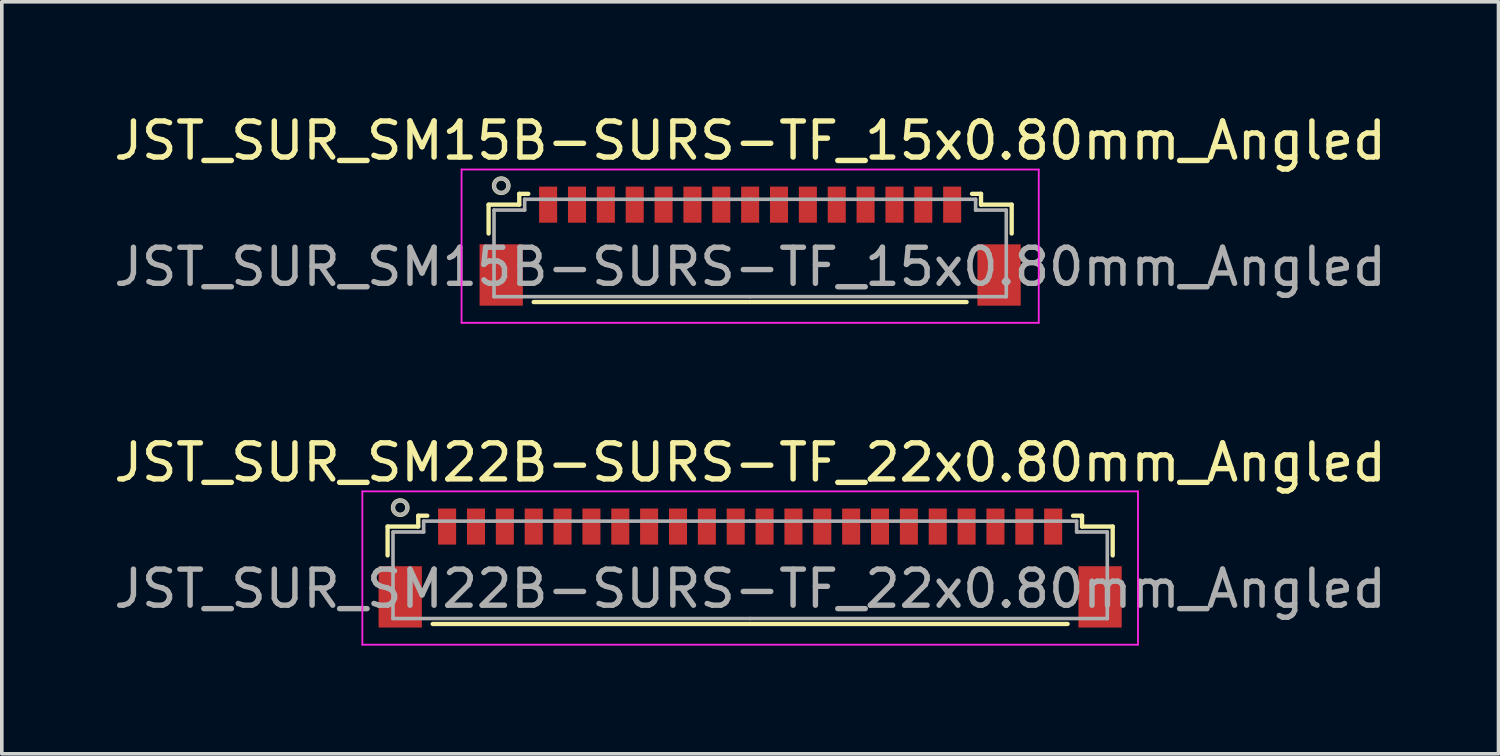
<source format=kicad_pcb>
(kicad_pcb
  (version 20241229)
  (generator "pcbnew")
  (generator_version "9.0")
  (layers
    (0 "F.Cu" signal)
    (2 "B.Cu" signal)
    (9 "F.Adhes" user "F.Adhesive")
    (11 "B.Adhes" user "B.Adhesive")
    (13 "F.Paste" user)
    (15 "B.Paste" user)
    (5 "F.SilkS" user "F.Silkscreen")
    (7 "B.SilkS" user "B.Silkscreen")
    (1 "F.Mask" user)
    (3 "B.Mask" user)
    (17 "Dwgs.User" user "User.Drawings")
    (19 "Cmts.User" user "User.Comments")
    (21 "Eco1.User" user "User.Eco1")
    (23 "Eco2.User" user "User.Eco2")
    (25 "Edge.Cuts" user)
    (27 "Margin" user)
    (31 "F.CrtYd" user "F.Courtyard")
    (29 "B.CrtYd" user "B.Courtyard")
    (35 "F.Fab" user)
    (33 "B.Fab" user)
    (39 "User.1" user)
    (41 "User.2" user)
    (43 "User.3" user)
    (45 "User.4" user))
  (footprint "JST_SUR_SM22B-SURS-TF_22x0.80mm_Angled"
    (layer "F.Cu")
    (at 17.744 12.521)
    (property "Reference" "JST_SUR_SM22B-SURS-TF_22x0.80mm_Angled" (at 0 -2.75 0) (layer "F.SilkS") (effects (font (size 1 1) (thickness 0.15))))
    (attr smd)
    (fp_line (start -10.05 -0.975) (end -10.05 -0.175) (stroke (width 0.12) (type solid)) (layer "F.SilkS"))
    (fp_line (start -9.2 -1.275) (end -9.2 -0.975) (stroke (width 0.12) (type solid)) (layer "F.SilkS"))
    (fp_line (start -9.2 -0.975) (end -10.05 -0.975) (stroke (width 0.12) (type solid)) (layer "F.SilkS"))
    (fp_line (start -8.95 -1.275) (end -9.2 -1.275) (stroke (width 0.12) (type solid)) (layer "F.SilkS"))
    (fp_line (start -8.8 1.725) (end 8.8 1.725) (stroke (width 0.12) (type solid)) (layer "F.SilkS"))
    (fp_line (start 8.95 -1.275) (end 9.2 -1.275) (stroke (width 0.12) (type solid)) (layer "F.SilkS"))
    (fp_line (start 9.2 -1.275) (end 9.2 -0.975) (stroke (width 0.12) (type solid)) (layer "F.SilkS"))
    (fp_line (start 9.2 -0.975) (end 10.05 -0.975) (stroke (width 0.12) (type solid)) (layer "F.SilkS"))
    (fp_line (start 10.05 -0.975) (end 10.05 -0.175) (stroke (width 0.12) (type solid)) (layer "F.SilkS"))
    (fp_circle (center -9.7 -1.5) (end -9.5 -1.5) (stroke (width 0.12) (type solid)) (fill no) (layer "F.SilkS"))
    (fp_line (start -10.75 -1.95) (end 10.75 -1.95) (stroke (width 0.05) (type solid)) (layer "F.CrtYd"))
    (fp_line (start -10.75 2.3) (end -10.75 -1.95) (stroke (width 0.05) (type solid)) (layer "F.CrtYd"))
    (fp_line (start 10.75 -1.95) (end 10.75 2.3) (stroke (width 0.05) (type solid)) (layer "F.CrtYd"))
    (fp_line (start 10.75 2.3) (end -10.75 2.3) (stroke (width 0.05) (type solid)) (layer "F.CrtYd"))
    (fp_line (start -9.9 -0.825) (end -9.9 1.575) (stroke (width 0.1) (type solid)) (layer "F.Fab"))
    (fp_line (start -9.9 1.575) (end 0 1.575) (stroke (width 0.1) (type solid)) (layer "F.Fab"))
    (fp_line (start -9.05 -1.125) (end -9.05 -0.825) (stroke (width 0.1) (type solid)) (layer "F.Fab"))
    (fp_line (start -9.05 -0.825) (end -9.9 -0.825) (stroke (width 0.1) (type solid)) (layer "F.Fab"))
    (fp_line (start 0 -1.125) (end -9.05 -1.125) (stroke (width 0.1) (type solid)) (layer "F.Fab"))
    (fp_line (start 0 -1.125) (end 9.05 -1.125) (stroke (width 0.1) (type solid)) (layer "F.Fab"))
    (fp_line (start 9.05 -1.125) (end 9.05 -0.825) (stroke (width 0.1) (type solid)) (layer "F.Fab"))
    (fp_line (start 9.05 -0.825) (end 9.9 -0.825) (stroke (width 0.1) (type solid)) (layer "F.Fab"))
    (fp_line (start 9.9 -0.825) (end 9.9 1.575) (stroke (width 0.1) (type solid)) (layer "F.Fab"))
    (fp_line (start 9.9 1.575) (end 0 1.575) (stroke (width 0.1) (type solid)) (layer "F.Fab"))
    (fp_circle (center -9.7 -1.5) (end -9.5 -1.5) (stroke (width 0.1) (type solid)) (fill no) (layer "F.Fab"))
    (fp_text user "${REFERENCE}" (at 0 0.75 0) (layer "F.Fab") (effects (font (size 1 1) (thickness 0.15))))
    (pad "" smd rect (at -9.7 0.975) (size 1.2 1.7) (layers "F.Cu" "F.Mask" "F.Paste"))
    (pad "" smd rect (at 9.7 0.975) (size 1.2 1.7) (layers "F.Cu" "F.Mask" "F.Paste"))
    (pad "1" smd rect (at -8.4 -0.975) (size 0.5 1) (layers "F.Cu" "F.Mask" "F.Paste"))
    (pad "2" smd rect (at -7.6 -0.975) (size 0.5 1) (layers "F.Cu" "F.Mask" "F.Paste"))
    (pad "3" smd rect (at -6.8 -0.975) (size 0.5 1) (layers "F.Cu" "F.Mask" "F.Paste"))
    (pad "4" smd rect (at -6 -0.975) (size 0.5 1) (layers "F.Cu" "F.Mask" "F.Paste"))
    (pad "5" smd rect (at -5.2 -0.975) (size 0.5 1) (layers "F.Cu" "F.Mask" "F.Paste"))
    (pad "6" smd rect (at -4.4 -0.975) (size 0.5 1) (layers "F.Cu" "F.Mask" "F.Paste"))
    (pad "7" smd rect (at -3.6 -0.975) (size 0.5 1) (layers "F.Cu" "F.Mask" "F.Paste"))
    (pad "8" smd rect (at -2.8 -0.975) (size 0.5 1) (layers "F.Cu" "F.Mask" "F.Paste"))
    (pad "9" smd rect (at -2 -0.975) (size 0.5 1) (layers "F.Cu" "F.Mask" "F.Paste"))
    (pad "10" smd rect (at -1.2 -0.975) (size 0.5 1) (layers "F.Cu" "F.Mask" "F.Paste"))
    (pad "11" smd rect (at -0.4 -0.975) (size 0.5 1) (layers "F.Cu" "F.Mask" "F.Paste"))
    (pad "12" smd rect (at 0.4 -0.975) (size 0.5 1) (layers "F.Cu" "F.Mask" "F.Paste"))
    (pad "13" smd rect (at 1.2 -0.975) (size 0.5 1) (layers "F.Cu" "F.Mask" "F.Paste"))
    (pad "14" smd rect (at 2 -0.975) (size 0.5 1) (layers "F.Cu" "F.Mask" "F.Paste"))
    (pad "15" smd rect (at 2.8 -0.975) (size 0.5 1) (layers "F.Cu" "F.Mask" "F.Paste"))
    (pad "16" smd rect (at 3.6 -0.975) (size 0.5 1) (layers "F.Cu" "F.Mask" "F.Paste"))
    (pad "17" smd rect (at 4.4 -0.975) (size 0.5 1) (layers "F.Cu" "F.Mask" "F.Paste"))
    (pad "18" smd rect (at 5.2 -0.975) (size 0.5 1) (layers "F.Cu" "F.Mask" "F.Paste"))
    (pad "19" smd rect (at 6 -0.975) (size 0.5 1) (layers "F.Cu" "F.Mask" "F.Paste"))
    (pad "20" smd rect (at 6.8 -0.975) (size 0.5 1) (layers "F.Cu" "F.Mask" "F.Paste"))
    (pad "21" smd rect (at 7.6 -0.975) (size 0.5 1) (layers "F.Cu" "F.Mask" "F.Paste"))
    (pad "22" smd rect (at 8.4 -0.975) (size 0.5 1) (layers "F.Cu" "F.Mask" "F.Paste")))
  (footprint "JST_SUR_SM15B-SURS-TF_15x0.80mm_Angled"
    (layer "F.Cu")
    (at 17.744 3.598)
    (property "Reference" "JST_SUR_SM15B-SURS-TF_15x0.80mm_Angled" (at 0 -2.75 0) (layer "F.SilkS") (effects (font (size 1 1) (thickness 0.15))))
    (attr smd)
    (fp_line (start -7.25 -0.975) (end -7.25 -0.175) (stroke (width 0.12) (type solid)) (layer "F.SilkS"))
    (fp_line (start -6.4 -1.275) (end -6.4 -0.975) (stroke (width 0.12) (type solid)) (layer "F.SilkS"))
    (fp_line (start -6.4 -0.975) (end -7.25 -0.975) (stroke (width 0.12) (type solid)) (layer "F.SilkS"))
    (fp_line (start -6.15 -1.275) (end -6.4 -1.275) (stroke (width 0.12) (type solid)) (layer "F.SilkS"))
    (fp_line (start -6 1.725) (end 6 1.725) (stroke (width 0.12) (type solid)) (layer "F.SilkS"))
    (fp_line (start 6.15 -1.275) (end 6.4 -1.275) (stroke (width 0.12) (type solid)) (layer "F.SilkS"))
    (fp_line (start 6.4 -1.275) (end 6.4 -0.975) (stroke (width 0.12) (type solid)) (layer "F.SilkS"))
    (fp_line (start 6.4 -0.975) (end 7.25 -0.975) (stroke (width 0.12) (type solid)) (layer "F.SilkS"))
    (fp_line (start 7.25 -0.975) (end 7.25 -0.175) (stroke (width 0.12) (type solid)) (layer "F.SilkS"))
    (fp_circle (center -6.9 -1.5) (end -6.7 -1.5) (stroke (width 0.12) (type solid)) (fill no) (layer "F.SilkS"))
    (fp_line (start -8 -1.95) (end 8 -1.95) (stroke (width 0.05) (type solid)) (layer "F.CrtYd"))
    (fp_line (start -8 2.3) (end -8 -1.95) (stroke (width 0.05) (type solid)) (layer "F.CrtYd"))
    (fp_line (start 8 -1.95) (end 8 2.3) (stroke (width 0.05) (type solid)) (layer "F.CrtYd"))
    (fp_line (start 8 2.3) (end -8 2.3) (stroke (width 0.05) (type solid)) (layer "F.CrtYd"))
    (fp_line (start -7.1 -0.825) (end -7.1 1.575) (stroke (width 0.1) (type solid)) (layer "F.Fab"))
    (fp_line (start -7.1 1.575) (end 0 1.575) (stroke (width 0.1) (type solid)) (layer "F.Fab"))
    (fp_line (start -6.25 -1.125) (end -6.25 -0.825) (stroke (width 0.1) (type solid)) (layer "F.Fab"))
    (fp_line (start -6.25 -0.825) (end -7.1 -0.825) (stroke (width 0.1) (type solid)) (layer "F.Fab"))
    (fp_line (start 0 -1.125) (end -6.25 -1.125) (stroke (width 0.1) (type solid)) (layer "F.Fab"))
    (fp_line (start 0 -1.125) (end 6.25 -1.125) (stroke (width 0.1) (type solid)) (layer "F.Fab"))
    (fp_line (start 6.25 -1.125) (end 6.25 -0.825) (stroke (width 0.1) (type solid)) (layer "F.Fab"))
    (fp_line (start 6.25 -0.825) (end 7.1 -0.825) (stroke (width 0.1) (type solid)) (layer "F.Fab"))
    (fp_line (start 7.1 -0.825) (end 7.1 1.575) (stroke (width 0.1) (type solid)) (layer "F.Fab"))
    (fp_line (start 7.1 1.575) (end 0 1.575) (stroke (width 0.1) (type solid)) (layer "F.Fab"))
    (fp_circle (center -6.9 -1.5) (end -6.7 -1.5) (stroke (width 0.1) (type solid)) (fill no) (layer "F.Fab"))
    (fp_text user "${REFERENCE}" (at 0 0.75 0) (layer "F.Fab") (effects (font (size 1 1) (thickness 0.15))))
    (pad "" smd rect (at -6.9 0.975) (size 1.2 1.7) (layers "F.Cu" "F.Mask" "F.Paste"))
    (pad "" smd rect (at 6.9 0.975) (size 1.2 1.7) (layers "F.Cu" "F.Mask" "F.Paste"))
    (pad "1" smd rect (at -5.6 -0.975) (size 0.5 1) (layers "F.Cu" "F.Mask" "F.Paste"))
    (pad "2" smd rect (at -4.8 -0.975) (size 0.5 1) (layers "F.Cu" "F.Mask" "F.Paste"))
    (pad "3" smd rect (at -4 -0.975) (size 0.5 1) (layers "F.Cu" "F.Mask" "F.Paste"))
    (pad "4" smd rect (at -3.2 -0.975) (size 0.5 1) (layers "F.Cu" "F.Mask" "F.Paste"))
    (pad "5" smd rect (at -2.4 -0.975) (size 0.5 1) (layers "F.Cu" "F.Mask" "F.Paste"))
    (pad "6" smd rect (at -1.6 -0.975) (size 0.5 1) (layers "F.Cu" "F.Mask" "F.Paste"))
    (pad "7" smd rect (at -0.8 -0.975) (size 0.5 1) (layers "F.Cu" "F.Mask" "F.Paste"))
    (pad "8" smd rect (at 0 -0.975) (size 0.5 1) (layers "F.Cu" "F.Mask" "F.Paste"))
    (pad "9" smd rect (at 0.8 -0.975) (size 0.5 1) (layers "F.Cu" "F.Mask" "F.Paste"))
    (pad "10" smd rect (at 1.6 -0.975) (size 0.5 1) (layers "F.Cu" "F.Mask" "F.Paste"))
    (pad "11" smd rect (at 2.4 -0.975) (size 0.5 1) (layers "F.Cu" "F.Mask" "F.Paste"))
    (pad "12" smd rect (at 3.2 -0.975) (size 0.5 1) (layers "F.Cu" "F.Mask" "F.Paste"))
    (pad "13" smd rect (at 4 -0.975) (size 0.5 1) (layers "F.Cu" "F.Mask" "F.Paste"))
    (pad "14" smd rect (at 4.8 -0.975) (size 0.5 1) (layers "F.Cu" "F.Mask" "F.Paste"))
    (pad "15" smd rect (at 5.6 -0.975) (size 0.5 1) (layers "F.Cu" "F.Mask" "F.Paste")))
  (gr_rect
    (start -3 -3)
    (end 38.488 17.846)
    (stroke (width 0.1) (type default))
    (fill no)
    (layer "Edge.Cuts")))
</source>
